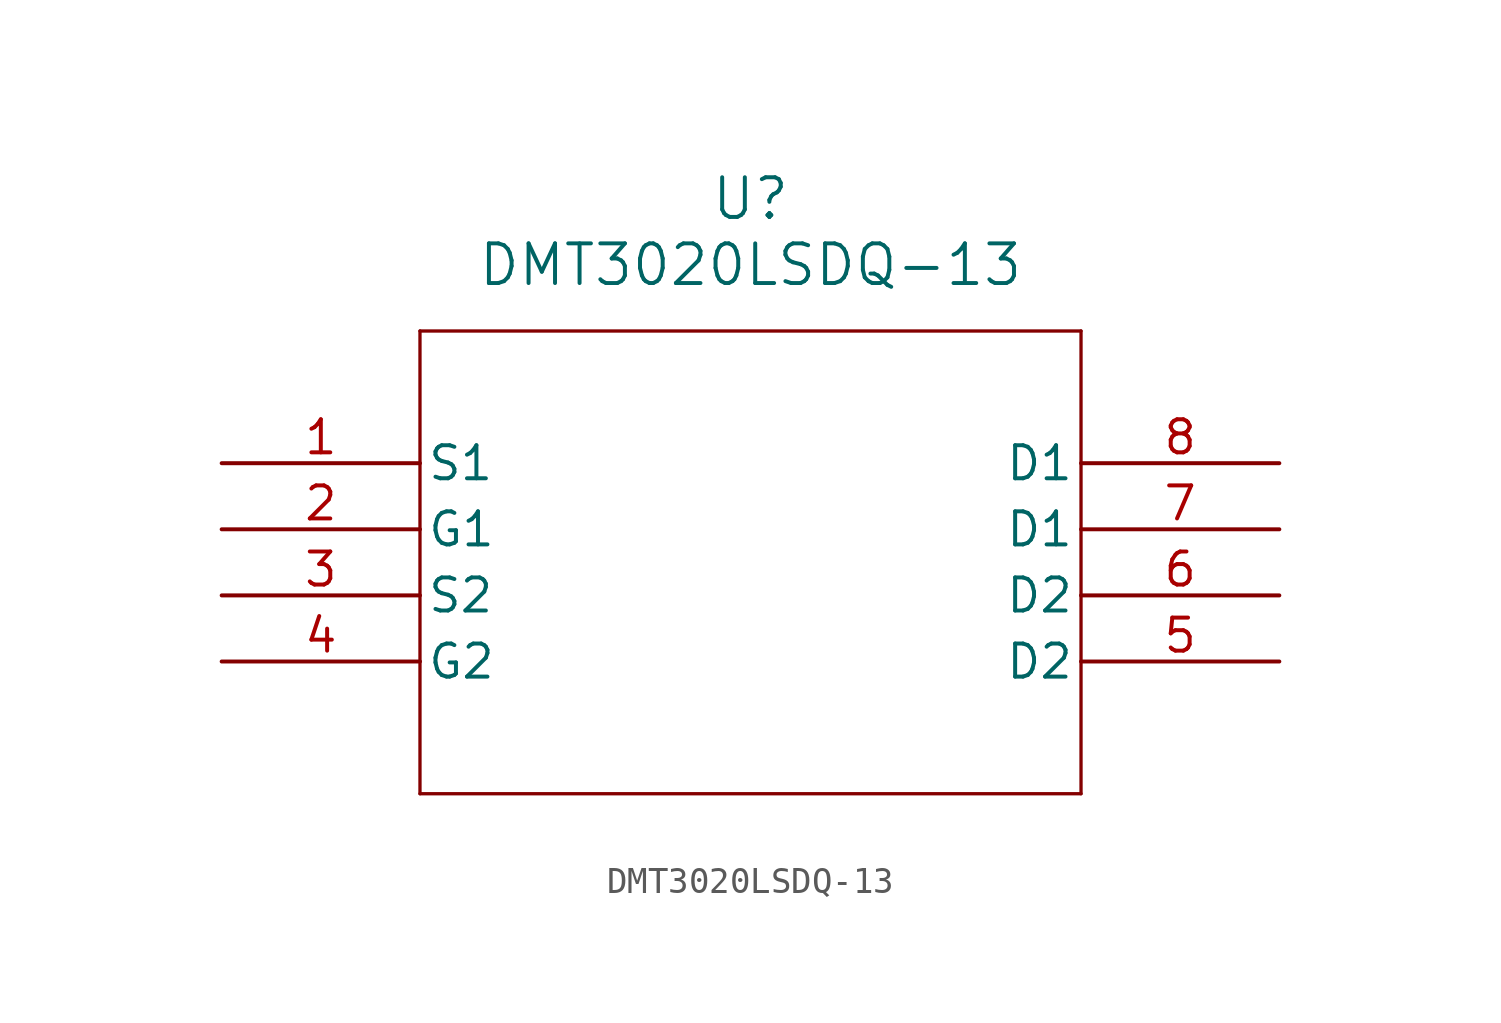
<source format=kicad_sym>
(kicad_symbol_lib
  (version 20211014)
  (generator kicad_symbol_editor)
  (symbol "DMT3020LSDQ-13"
    (pin_names
      (offset 0.254))
    (property "Reference" "U"
      (at 20.32 10.16 0)
      (effects (font (size 1.524 1.524))))
    (property "Value" "DMT3020LSDQ-13"
      (at 20.32 7.62 0)
      (effects (font (size 1.524 1.524))))
    (symbol "DMT3020LSDQ-13_0_1"
      (polyline (pts (xy 7.62 5.08) (xy 7.62 -12.7)) (stroke (width 0.127) (type default) (color 0 0 0 0)) (fill (type none)))
      (polyline (pts (xy 7.62 -12.7) (xy 33.02 -12.7)) (stroke (width 0.127) (type default) (color 0 0 0 0)) (fill (type none)))
      (polyline (pts (xy 33.02 -12.7) (xy 33.02 5.08)) (stroke (width 0.127) (type default) (color 0 0 0 0)) (fill (type none)))
      (polyline (pts (xy 33.02 5.08) (xy 7.62 5.08)) (stroke (width 0.127) (type default) (color 0 0 0 0)) (fill (type none)))
      (pin unspecified line (at 0 0 0) (length 7.62) (name "S1" (effects (font (size 1.27 1.27)))) (number "1" (effects (font (size 1.27 1.27)))))
      (pin unspecified line (at 0 -2.54 0) (length 7.62) (name "G1" (effects (font (size 1.27 1.27)))) (number "2" (effects (font (size 1.27 1.27)))))
      (pin unspecified line (at 0 -5.08 0) (length 7.62) (name "S2" (effects (font (size 1.27 1.27)))) (number "3" (effects (font (size 1.27 1.27)))))
      (pin unspecified line (at 0 -7.62 0) (length 7.62) (name "G2" (effects (font (size 1.27 1.27)))) (number "4" (effects (font (size 1.27 1.27)))))
      (pin unspecified line (at 40.64 -7.62 180) (length 7.62) (name "D2" (effects (font (size 1.27 1.27)))) (number "5" (effects (font (size 1.27 1.27)))))
      (pin unspecified line (at 40.64 -5.08 180) (length 7.62) (name "D2" (effects (font (size 1.27 1.27)))) (number "6" (effects (font (size 1.27 1.27)))))
      (pin unspecified line (at 40.64 -2.54 180) (length 7.62) (name "D1" (effects (font (size 1.27 1.27)))) (number "7" (effects (font (size 1.27 1.27)))))
      (pin unspecified line (at 40.64 0 180) (length 7.62) (name "D1" (effects (font (size 1.27 1.27)))) (number "8" (effects (font (size 1.27 1.27))))))))
</source>
